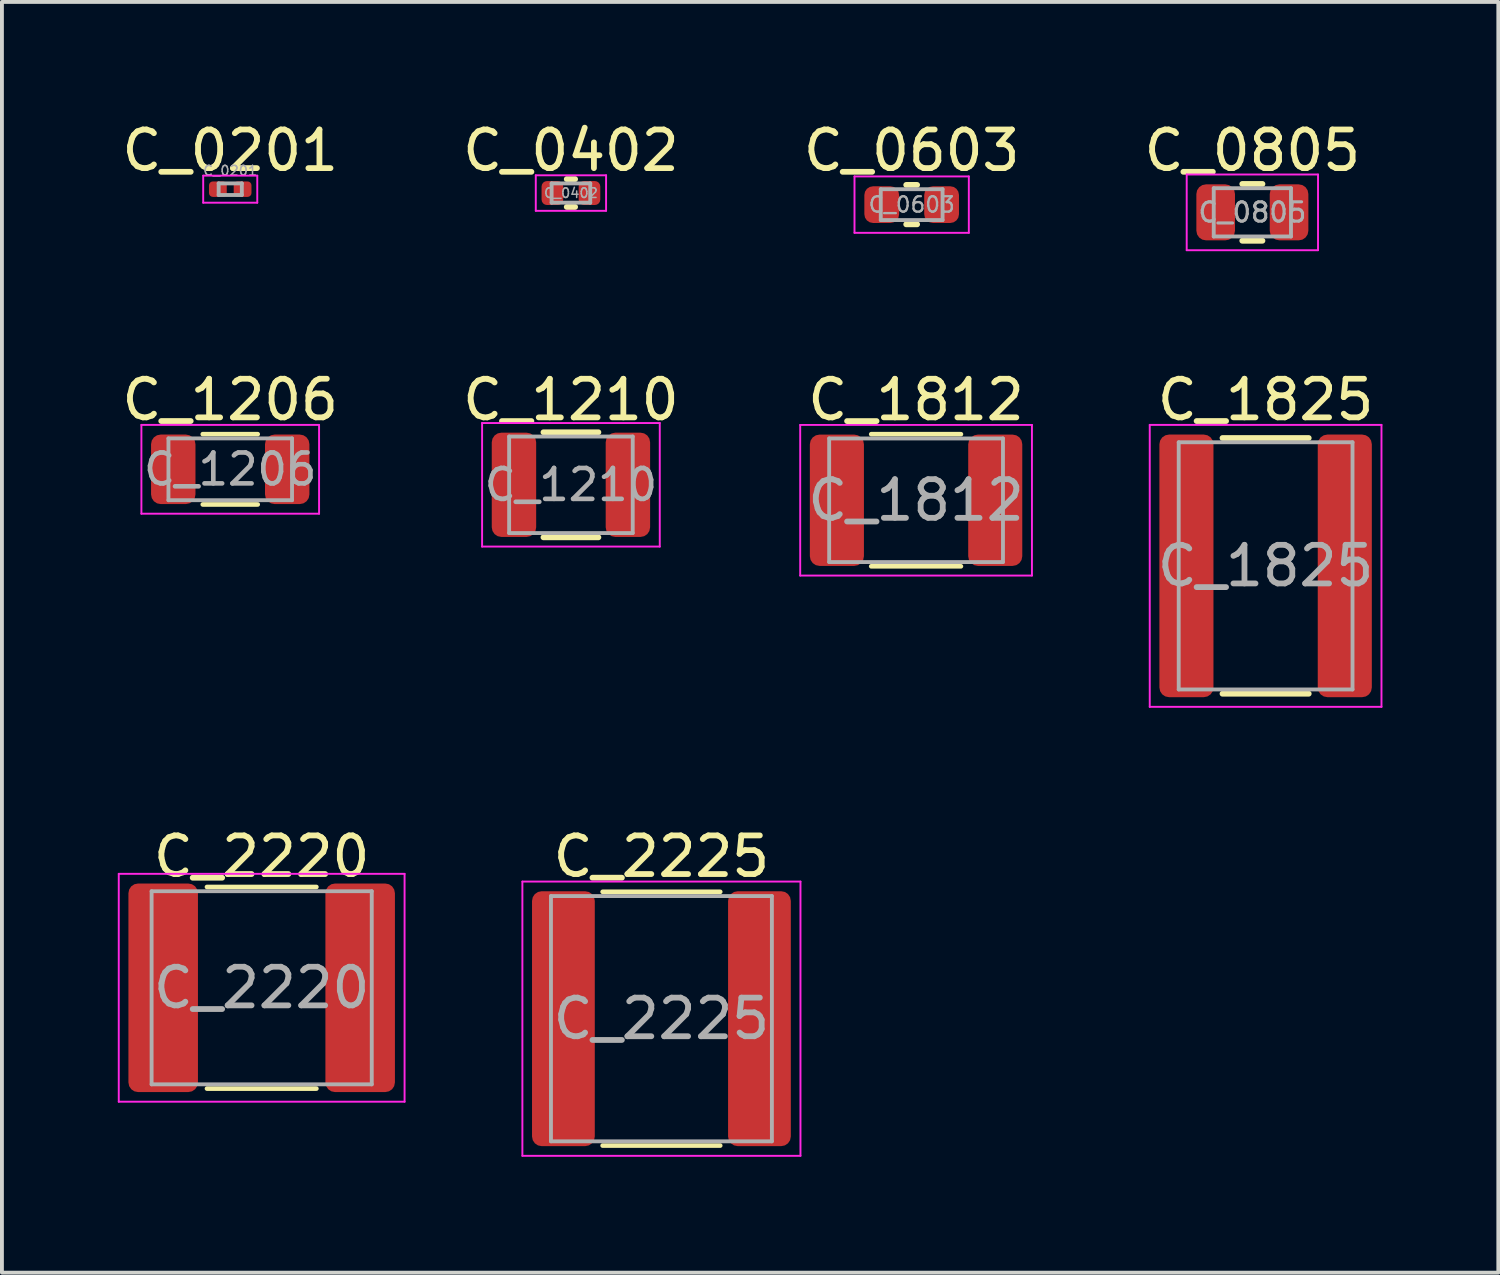
<source format=kicad_pcb>
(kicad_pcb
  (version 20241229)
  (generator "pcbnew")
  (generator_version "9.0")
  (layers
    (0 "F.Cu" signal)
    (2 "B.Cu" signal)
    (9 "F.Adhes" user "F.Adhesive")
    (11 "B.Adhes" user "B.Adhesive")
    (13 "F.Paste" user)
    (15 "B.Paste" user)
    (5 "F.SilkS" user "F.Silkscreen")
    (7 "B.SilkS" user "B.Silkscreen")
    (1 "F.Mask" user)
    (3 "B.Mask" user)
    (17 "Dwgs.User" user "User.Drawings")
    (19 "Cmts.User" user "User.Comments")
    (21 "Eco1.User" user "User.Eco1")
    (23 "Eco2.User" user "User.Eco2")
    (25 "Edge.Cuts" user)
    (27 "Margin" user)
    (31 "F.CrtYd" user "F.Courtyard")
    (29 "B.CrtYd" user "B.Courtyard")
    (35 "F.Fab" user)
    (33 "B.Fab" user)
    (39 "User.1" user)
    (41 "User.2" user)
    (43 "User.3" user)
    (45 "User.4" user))
  (footprint "C_2220"
    (layer "F.Cu")
    (at 3.725 22.525)
    (property "Reference" "C_2220" (at 0 -3.4 0) (layer "F.SilkS") (effects (font (size 1 1) (thickness 0.15))))
    (attr through_hole)
    (fp_line (start -1.416 -2.61) (end 1.416 -2.61) (stroke (width 0.12) (type solid)) (layer "F.SilkS"))
    (fp_line (start -1.416 2.61) (end 1.416 2.61) (stroke (width 0.12) (type solid)) (layer "F.SilkS"))
    (fp_line (start -3.7 -2.95) (end 3.7 -2.95) (stroke (width 0.05) (type solid)) (layer "F.CrtYd"))
    (fp_line (start -3.7 2.95) (end -3.7 -2.95) (stroke (width 0.05) (type solid)) (layer "F.CrtYd"))
    (fp_line (start 3.7 -2.95) (end 3.7 2.95) (stroke (width 0.05) (type solid)) (layer "F.CrtYd"))
    (fp_line (start 3.7 2.95) (end -3.7 2.95) (stroke (width 0.05) (type solid)) (layer "F.CrtYd"))
    (fp_line (start -2.85 -2.5) (end 2.85 -2.5) (stroke (width 0.1) (type solid)) (layer "F.Fab"))
    (fp_line (start -2.85 2.5) (end -2.85 -2.5) (stroke (width 0.1) (type solid)) (layer "F.Fab"))
    (fp_line (start 2.85 -2.5) (end 2.85 2.5) (stroke (width 0.1) (type solid)) (layer "F.Fab"))
    (fp_line (start 2.85 2.5) (end -2.85 2.5) (stroke (width 0.1) (type solid)) (layer "F.Fab"))
    (fp_text user "${REFERENCE}" (at 0 0 0) (layer "F.Fab") (effects (font (size 1 1) (thickness 0.15))))
    (pad "1" smd roundrect (at -2.55 0) (size 1.8 5.4) (layers "F.Cu" "F.Mask" "F.Paste") (roundrect_rratio 0.139))
    (pad "2" smd roundrect (at 2.55 0) (size 1.8 5.4) (layers "F.Cu" "F.Mask" "F.Paste") (roundrect_rratio 0.139)))
  (footprint "C_0805"
    (layer "F.Cu")
    (at 29.375 2.448)
    (property "Reference" "C_0805" (at 0 -1.6 0) (layer "F.SilkS") (effects (font (size 1 1) (thickness 0.15))))
    (attr smd)
    (fp_line (start -0.261 -0.735) (end 0.261 -0.735) (stroke (width 0.15) (type solid)) (layer "F.SilkS"))
    (fp_line (start -0.261 0.735) (end 0.261 0.735) (stroke (width 0.15) (type solid)) (layer "F.SilkS"))
    (fp_line (start -1.7 -0.98) (end 1.7 -0.98) (stroke (width 0.05) (type solid)) (layer "F.CrtYd"))
    (fp_line (start -1.7 0.98) (end -1.7 -0.98) (stroke (width 0.05) (type solid)) (layer "F.CrtYd"))
    (fp_line (start 1.7 -0.98) (end 1.7 0.98) (stroke (width 0.05) (type solid)) (layer "F.CrtYd"))
    (fp_line (start 1.7 0.98) (end -1.7 0.98) (stroke (width 0.05) (type solid)) (layer "F.CrtYd"))
    (fp_line (start -1 -0.625) (end 1 -0.625) (stroke (width 0.1) (type solid)) (layer "F.Fab"))
    (fp_line (start -1 0.625) (end -1 -0.625) (stroke (width 0.1) (type solid)) (layer "F.Fab"))
    (fp_line (start 1 -0.625) (end 1 0.625) (stroke (width 0.1) (type solid)) (layer "F.Fab"))
    (fp_line (start 1 0.625) (end -1 0.625) (stroke (width 0.1) (type solid)) (layer "F.Fab"))
    (fp_text user "${REFERENCE}" (at 0 0 0) (layer "F.Fab") (effects (font (size 0.5 0.5) (thickness 0.08))))
    (pad "1" smd roundrect (at -0.95 0) (size 1 1.45) (layers "F.Cu" "F.Mask" "F.Paste") (roundrect_rratio 0.25))
    (pad "2" smd roundrect (at 0.95 0) (size 1 1.45) (layers "F.Cu" "F.Mask" "F.Paste") (roundrect_rratio 0.25)))
  (footprint "C_1206"
    (layer "F.Cu")
    (at 2.911 9.101)
    (property "Reference" "C_1206" (at 0 -1.8 0) (layer "F.SilkS") (effects (font (size 1 1) (thickness 0.15))))
    (attr through_hole)
    (fp_line (start -0.711 -0.91) (end 0.711 -0.91) (stroke (width 0.12) (type solid)) (layer "F.SilkS"))
    (fp_line (start -0.711 0.91) (end 0.711 0.91) (stroke (width 0.12) (type solid)) (layer "F.SilkS"))
    (fp_line (start -2.3 -1.15) (end 2.3 -1.15) (stroke (width 0.05) (type solid)) (layer "F.CrtYd"))
    (fp_line (start -2.3 1.15) (end -2.3 -1.15) (stroke (width 0.05) (type solid)) (layer "F.CrtYd"))
    (fp_line (start 2.3 -1.15) (end 2.3 1.15) (stroke (width 0.05) (type solid)) (layer "F.CrtYd"))
    (fp_line (start 2.3 1.15) (end -2.3 1.15) (stroke (width 0.05) (type solid)) (layer "F.CrtYd"))
    (fp_line (start -1.6 -0.8) (end 1.6 -0.8) (stroke (width 0.1) (type solid)) (layer "F.Fab"))
    (fp_line (start -1.6 0.8) (end -1.6 -0.8) (stroke (width 0.1) (type solid)) (layer "F.Fab"))
    (fp_line (start 1.6 -0.8) (end 1.6 0.8) (stroke (width 0.1) (type solid)) (layer "F.Fab"))
    (fp_line (start 1.6 0.8) (end -1.6 0.8) (stroke (width 0.1) (type solid)) (layer "F.Fab"))
    (fp_text user "${REFERENCE}" (at 0 0 0) (layer "F.Fab") (effects (font (size 0.8 0.8) (thickness 0.12))))
    (pad "1" smd roundrect (at -1.475 0) (size 1.15 1.8) (layers "F.Cu" "F.Mask" "F.Paste") (roundrect_rratio 0.217))
    (pad "2" smd roundrect (at 1.475 0) (size 1.15 1.8) (layers "F.Cu" "F.Mask" "F.Paste") (roundrect_rratio 0.217)))
  (footprint "C_0402"
    (layer "F.Cu")
    (at 11.732 1.948)
    (property "Reference" "C_0402" (at 0 -1.1 0) (layer "F.SilkS") (effects (font (size 1 1) (thickness 0.15))))
    (attr through_hole)
    (fp_line (start -0.108 -0.36) (end 0.108 -0.36) (stroke (width 0.15) (type solid)) (layer "F.SilkS"))
    (fp_line (start -0.108 0.36) (end 0.108 0.36) (stroke (width 0.15) (type solid)) (layer "F.SilkS"))
    (fp_line (start -0.91 -0.46) (end 0.91 -0.46) (stroke (width 0.05) (type solid)) (layer "F.CrtYd"))
    (fp_line (start -0.91 0.46) (end -0.91 -0.46) (stroke (width 0.05) (type solid)) (layer "F.CrtYd"))
    (fp_line (start 0.91 -0.46) (end 0.91 0.46) (stroke (width 0.05) (type solid)) (layer "F.CrtYd"))
    (fp_line (start 0.91 0.46) (end -0.91 0.46) (stroke (width 0.05) (type solid)) (layer "F.CrtYd"))
    (fp_line (start -0.5 -0.25) (end 0.5 -0.25) (stroke (width 0.1) (type solid)) (layer "F.Fab"))
    (fp_line (start -0.5 0.25) (end -0.5 -0.25) (stroke (width 0.1) (type solid)) (layer "F.Fab"))
    (fp_line (start 0.5 -0.25) (end 0.5 0.25) (stroke (width 0.1) (type solid)) (layer "F.Fab"))
    (fp_line (start 0.5 0.25) (end -0.5 0.25) (stroke (width 0.1) (type solid)) (layer "F.Fab"))
    (fp_text user "${REFERENCE}" (at 0 0 0) (layer "F.Fab") (effects (font (size 0.25 0.25) (thickness 0.04))))
    (pad "1" smd roundrect (at -0.48 0) (size 0.56 0.62) (layers "F.Cu" "F.Mask" "F.Paste") (roundrect_rratio 0.25))
    (pad "2" smd roundrect (at 0.48 0) (size 0.56 0.62) (layers "F.Cu" "F.Mask" "F.Paste") (roundrect_rratio 0.25)))
  (footprint "C_1210"
    (layer "F.Cu")
    (at 11.732 9.502)
    (property "Reference" "C_1210" (at 0 -2.2 0) (layer "F.SilkS") (effects (font (size 1 1) (thickness 0.15))))
    (attr through_hole)
    (fp_line (start -0.711 -1.36) (end 0.711 -1.36) (stroke (width 0.15) (type solid)) (layer "F.SilkS"))
    (fp_line (start -0.711 1.36) (end 0.711 1.36) (stroke (width 0.15) (type solid)) (layer "F.SilkS"))
    (fp_line (start -2.3 -1.6) (end 2.3 -1.6) (stroke (width 0.05) (type solid)) (layer "F.CrtYd"))
    (fp_line (start -2.3 1.6) (end -2.3 -1.6) (stroke (width 0.05) (type solid)) (layer "F.CrtYd"))
    (fp_line (start 2.3 -1.6) (end 2.3 1.6) (stroke (width 0.05) (type solid)) (layer "F.CrtYd"))
    (fp_line (start 2.3 1.6) (end -2.3 1.6) (stroke (width 0.05) (type solid)) (layer "F.CrtYd"))
    (fp_line (start -1.6 -1.25) (end 1.6 -1.25) (stroke (width 0.1) (type solid)) (layer "F.Fab"))
    (fp_line (start -1.6 1.25) (end -1.6 -1.25) (stroke (width 0.1) (type solid)) (layer "F.Fab"))
    (fp_line (start 1.6 -1.25) (end 1.6 1.25) (stroke (width 0.1) (type solid)) (layer "F.Fab"))
    (fp_line (start 1.6 1.25) (end -1.6 1.25) (stroke (width 0.1) (type solid)) (layer "F.Fab"))
    (fp_text user "${REFERENCE}" (at 0 0 0) (layer "F.Fab") (effects (font (size 0.8 0.8) (thickness 0.12))))
    (pad "1" smd roundrect (at -1.475 0) (size 1.15 2.7) (layers "F.Cu" "F.Mask" "F.Paste") (roundrect_rratio 0.217))
    (pad "2" smd roundrect (at 1.475 0) (size 1.15 2.7) (layers "F.Cu" "F.Mask" "F.Paste") (roundrect_rratio 0.217)))
  (footprint "C_2225"
    (layer "F.Cu")
    (at 14.075 23.325)
    (property "Reference" "C_2225" (at 0 -4.2 0) (layer "F.SilkS") (effects (font (size 1 1) (thickness 0.15))))
    (attr through_hole)
    (fp_line (start -1.522 -3.285) (end 1.522 -3.285) (stroke (width 0.12) (type solid)) (layer "F.SilkS"))
    (fp_line (start -1.522 3.285) (end 1.522 3.285) (stroke (width 0.12) (type solid)) (layer "F.SilkS"))
    (fp_line (start -3.6 -3.55) (end 3.6 -3.55) (stroke (width 0.05) (type solid)) (layer "F.CrtYd"))
    (fp_line (start -3.6 3.55) (end -3.6 -3.55) (stroke (width 0.05) (type solid)) (layer "F.CrtYd"))
    (fp_line (start 3.6 -3.55) (end 3.6 3.55) (stroke (width 0.05) (type solid)) (layer "F.CrtYd"))
    (fp_line (start 3.6 3.55) (end -3.6 3.55) (stroke (width 0.05) (type solid)) (layer "F.CrtYd"))
    (fp_line (start -2.86 -3.175) (end 2.86 -3.175) (stroke (width 0.1) (type solid)) (layer "F.Fab"))
    (fp_line (start -2.86 3.175) (end -2.86 -3.175) (stroke (width 0.1) (type solid)) (layer "F.Fab"))
    (fp_line (start 2.86 -3.175) (end 2.86 3.175) (stroke (width 0.1) (type solid)) (layer "F.Fab"))
    (fp_line (start 2.86 3.175) (end -2.86 3.175) (stroke (width 0.1) (type solid)) (layer "F.Fab"))
    (fp_text user "${REFERENCE}" (at 0 0 0) (layer "F.Fab") (effects (font (size 1 1) (thickness 0.15))))
    (pad "1" smd roundrect (at -2.538 0) (size 1.625 6.6) (layers "F.Cu" "F.Mask" "F.Paste") (roundrect_rratio 0.154))
    (pad "2" smd roundrect (at 2.538 0) (size 1.625 6.6) (layers "F.Cu" "F.Mask" "F.Paste") (roundrect_rratio 0.154)))
  (footprint "C_0201"
    (layer "F.Cu")
    (at 2.911 1.848)
    (property "Reference" "C_0201" (at 0 -1 0) (layer "F.SilkS") (effects (font (size 1 1) (thickness 0.15))))
    (attr through_hole)
    (fp_line (start -0.7 -0.35) (end 0.7 -0.35) (stroke (width 0.05) (type solid)) (layer "F.CrtYd"))
    (fp_line (start -0.7 0.35) (end -0.7 -0.35) (stroke (width 0.05) (type solid)) (layer "F.CrtYd"))
    (fp_line (start 0.7 -0.35) (end 0.7 0.35) (stroke (width 0.05) (type solid)) (layer "F.CrtYd"))
    (fp_line (start 0.7 0.35) (end -0.7 0.35) (stroke (width 0.05) (type solid)) (layer "F.CrtYd"))
    (fp_line (start -0.3 -0.15) (end 0.3 -0.15) (stroke (width 0.1) (type solid)) (layer "F.Fab"))
    (fp_line (start -0.3 0.15) (end -0.3 -0.15) (stroke (width 0.1) (type solid)) (layer "F.Fab"))
    (fp_line (start 0.3 -0.15) (end 0.3 0.15) (stroke (width 0.1) (type solid)) (layer "F.Fab"))
    (fp_line (start 0.3 0.15) (end -0.3 0.15) (stroke (width 0.1) (type solid)) (layer "F.Fab"))
    (fp_text user "${REFERENCE}" (at 0 -0.48 0) (layer "F.Fab") (effects (font (size 0.25 0.25) (thickness 0.04))))
    (pad "" smd roundrect (at -0.345 0) (size 0.318 0.36) (layers "F.Paste") (roundrect_rratio 0.25))
    (pad "" smd roundrect (at 0.345 0) (size 0.318 0.36) (layers "F.Paste") (roundrect_rratio 0.25))
    (pad "1" smd roundrect (at -0.32 0) (size 0.46 0.4) (layers "F.Cu" "F.Mask") (roundrect_rratio 0.25))
    (pad "2" smd roundrect (at 0.32 0) (size 0.46 0.4) (layers "F.Cu" "F.Mask") (roundrect_rratio 0.25)))
  (footprint "C_1825"
    (layer "F.Cu")
    (at 29.718 11.601)
    (property "Reference" "C_1825" (at 0 -4.3 0) (layer "F.SilkS") (effects (font (size 1 1) (thickness 0.15))))
    (attr smd)
    (fp_line (start -1.116 -3.31) (end 1.116 -3.31) (stroke (width 0.15) (type solid)) (layer "F.SilkS"))
    (fp_line (start -1.116 3.31) (end 1.116 3.31) (stroke (width 0.15) (type solid)) (layer "F.SilkS"))
    (fp_line (start -3 -3.65) (end 3 -3.65) (stroke (width 0.05) (type solid)) (layer "F.CrtYd"))
    (fp_line (start -3 3.65) (end -3 -3.65) (stroke (width 0.05) (type solid)) (layer "F.CrtYd"))
    (fp_line (start 3 -3.65) (end 3 3.65) (stroke (width 0.05) (type solid)) (layer "F.CrtYd"))
    (fp_line (start 3 3.65) (end -3 3.65) (stroke (width 0.05) (type solid)) (layer "F.CrtYd"))
    (fp_line (start -2.25 -3.2) (end 2.25 -3.2) (stroke (width 0.1) (type solid)) (layer "F.Fab"))
    (fp_line (start -2.25 3.2) (end -2.25 -3.2) (stroke (width 0.1) (type solid)) (layer "F.Fab"))
    (fp_line (start 2.25 -3.2) (end 2.25 3.2) (stroke (width 0.1) (type solid)) (layer "F.Fab"))
    (fp_line (start 2.25 3.2) (end -2.25 3.2) (stroke (width 0.1) (type solid)) (layer "F.Fab"))
    (fp_text user "${REFERENCE}" (at 0 0 0) (layer "F.Fab") (effects (font (size 1 1) (thickness 0.15))))
    (pad "1" smd roundrect (at -2.05 0) (size 1.4 6.8) (layers "F.Cu" "F.Mask" "F.Paste") (roundrect_rratio 0.179))
    (pad "2" smd roundrect (at 2.05 0) (size 1.4 6.8) (layers "F.Cu" "F.Mask" "F.Paste") (roundrect_rratio 0.179)))
  (footprint "C_0603"
    (layer "F.Cu")
    (at 20.554 2.248)
    (property "Reference" "C_0603" (at 0 -1.4 0) (layer "F.SilkS") (effects (font (size 1 1) (thickness 0.15))))
    (attr smd)
    (fp_line (start -0.141 -0.51) (end 0.141 -0.51) (stroke (width 0.15) (type solid)) (layer "F.SilkS"))
    (fp_line (start -0.141 0.51) (end 0.141 0.51) (stroke (width 0.15) (type solid)) (layer "F.SilkS"))
    (fp_line (start -1.48 -0.73) (end 1.48 -0.73) (stroke (width 0.05) (type solid)) (layer "F.CrtYd"))
    (fp_line (start -1.48 0.73) (end -1.48 -0.73) (stroke (width 0.05) (type solid)) (layer "F.CrtYd"))
    (fp_line (start 1.48 -0.73) (end 1.48 0.73) (stroke (width 0.05) (type solid)) (layer "F.CrtYd"))
    (fp_line (start 1.48 0.73) (end -1.48 0.73) (stroke (width 0.05) (type solid)) (layer "F.CrtYd"))
    (fp_line (start -0.8 -0.4) (end 0.8 -0.4) (stroke (width 0.1) (type solid)) (layer "F.Fab"))
    (fp_line (start -0.8 0.4) (end -0.8 -0.4) (stroke (width 0.1) (type solid)) (layer "F.Fab"))
    (fp_line (start 0.8 -0.4) (end 0.8 0.4) (stroke (width 0.1) (type solid)) (layer "F.Fab"))
    (fp_line (start 0.8 0.4) (end -0.8 0.4) (stroke (width 0.1) (type solid)) (layer "F.Fab"))
    (fp_text user "${REFERENCE}" (at 0 0 0) (layer "F.Fab") (effects (font (size 0.4 0.4) (thickness 0.06))))
    (pad "1" smd roundrect (at -0.775 0) (size 0.9 0.95) (layers "F.Cu" "F.Mask" "F.Paste") (roundrect_rratio 0.25))
    (pad "2" smd roundrect (at 0.775 0) (size 0.9 0.95) (layers "F.Cu" "F.Mask" "F.Paste") (roundrect_rratio 0.25)))
  (footprint "C_1812"
    (layer "F.Cu")
    (at 20.668 9.902)
    (property "Reference" "C_1812" (at 0 -2.6 0) (layer "F.SilkS") (effects (font (size 1 1) (thickness 0.15))))
    (attr through_hole)
    (fp_line (start -1.161 -1.71) (end 1.161 -1.71) (stroke (width 0.12) (type solid)) (layer "F.SilkS"))
    (fp_line (start -1.161 1.71) (end 1.161 1.71) (stroke (width 0.12) (type solid)) (layer "F.SilkS"))
    (fp_line (start -3 -1.95) (end 3 -1.95) (stroke (width 0.05) (type solid)) (layer "F.CrtYd"))
    (fp_line (start -3 1.95) (end -3 -1.95) (stroke (width 0.05) (type solid)) (layer "F.CrtYd"))
    (fp_line (start 3 -1.95) (end 3 1.95) (stroke (width 0.05) (type solid)) (layer "F.CrtYd"))
    (fp_line (start 3 1.95) (end -3 1.95) (stroke (width 0.05) (type solid)) (layer "F.CrtYd"))
    (fp_line (start -2.25 -1.6) (end 2.25 -1.6) (stroke (width 0.1) (type solid)) (layer "F.Fab"))
    (fp_line (start -2.25 1.6) (end -2.25 -1.6) (stroke (width 0.1) (type solid)) (layer "F.Fab"))
    (fp_line (start 2.25 -1.6) (end 2.25 1.6) (stroke (width 0.1) (type solid)) (layer "F.Fab"))
    (fp_line (start 2.25 1.6) (end -2.25 1.6) (stroke (width 0.1) (type solid)) (layer "F.Fab"))
    (fp_text user "${REFERENCE}" (at 0 0 0) (layer "F.Fab") (effects (font (size 1 1) (thickness 0.15))))
    (pad "1" smd roundrect (at -2.05 0) (size 1.4 3.4) (layers "F.Cu" "F.Mask" "F.Paste") (roundrect_rratio 0.179))
    (pad "2" smd roundrect (at 2.05 0) (size 1.4 3.4) (layers "F.Cu" "F.Mask" "F.Paste") (roundrect_rratio 0.179)))
  (gr_rect
    (start -3 -3)
    (end 35.743 29.9)
    (stroke (width 0.1) (type default))
    (fill no)
    (layer "Edge.Cuts")))
</source>
